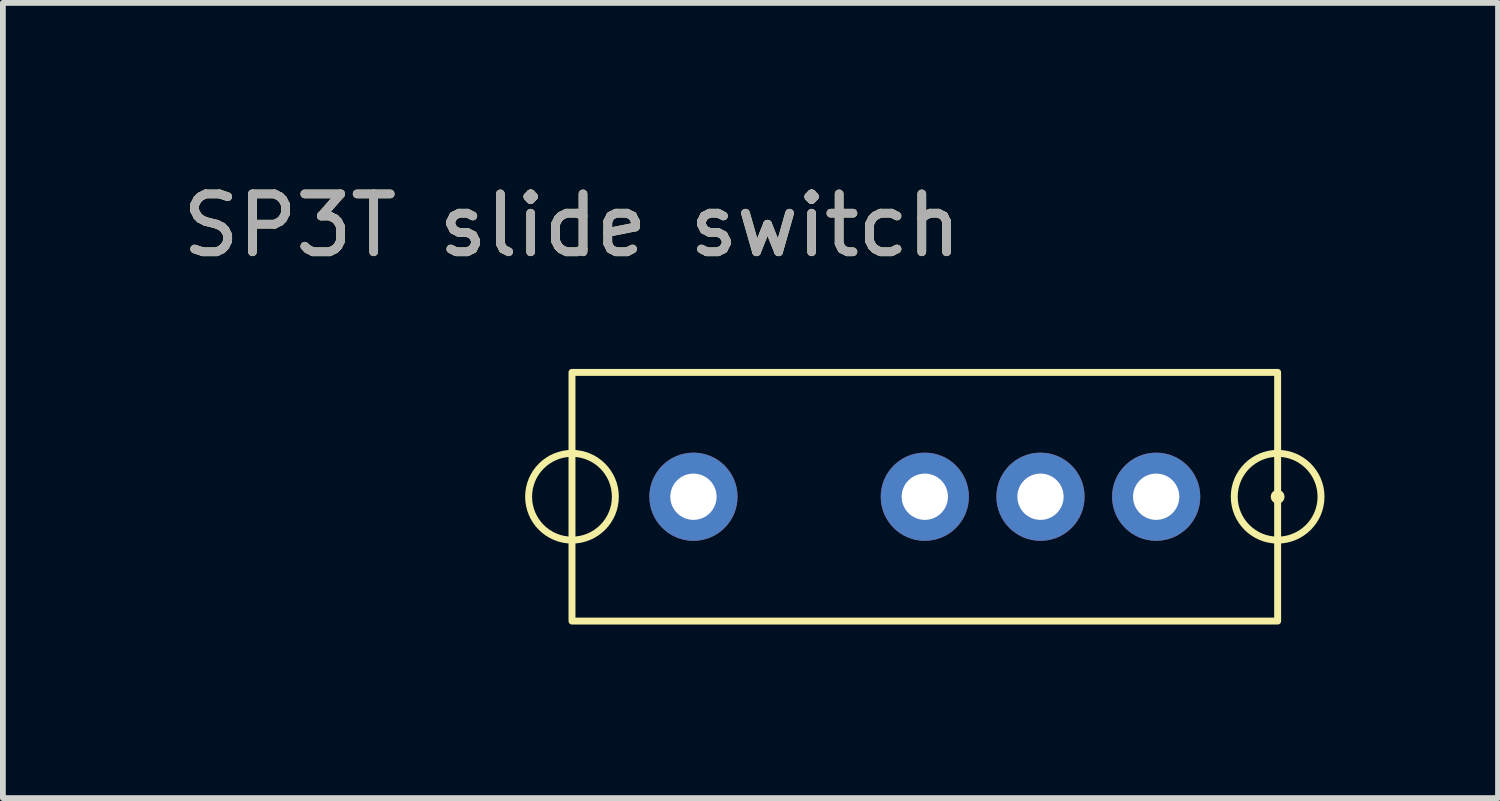
<source format=kicad_pcb>
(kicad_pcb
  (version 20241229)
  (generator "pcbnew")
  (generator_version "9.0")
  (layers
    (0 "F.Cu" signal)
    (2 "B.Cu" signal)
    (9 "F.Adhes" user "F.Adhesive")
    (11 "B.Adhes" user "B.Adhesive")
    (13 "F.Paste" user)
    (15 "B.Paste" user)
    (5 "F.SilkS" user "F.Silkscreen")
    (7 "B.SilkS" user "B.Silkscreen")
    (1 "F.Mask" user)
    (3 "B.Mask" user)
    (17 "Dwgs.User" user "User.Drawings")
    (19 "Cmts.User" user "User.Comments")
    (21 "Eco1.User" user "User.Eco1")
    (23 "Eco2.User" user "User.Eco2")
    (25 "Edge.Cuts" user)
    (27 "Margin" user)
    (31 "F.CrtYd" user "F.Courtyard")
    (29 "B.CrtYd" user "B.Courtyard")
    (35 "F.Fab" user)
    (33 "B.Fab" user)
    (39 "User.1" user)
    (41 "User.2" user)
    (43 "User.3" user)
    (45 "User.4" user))
  (footprint "SP3T slide switch"
    (layer "F.Cu")
    (at 6.839 3.388)
    (property "Reference" "SP3T slide switch" (at 0 -2.54 0) (unlocked yes) (layer "F.SilkS") (effects (font (size 1 1) (thickness 0.15))))
    (attr through_hole)
    (fp_rect (start 0 0) (end 12.2 4.3) (stroke (width 0.12) (type solid)) (fill no) (layer "F.SilkS"))
    (fp_circle (center 0 2.15) (end 0.75 2.15) (stroke (width 0.12) (type solid)) (fill no) (layer "F.SilkS"))
    (fp_circle (center 12.2 2.15) (end 12.2 2.15) (stroke (width 0.12) (type solid)) (fill no) (layer "F.SilkS"))
    (fp_circle (center 12.2 2.15) (end 12.95 2.15) (stroke (width 0.12) (type solid)) (fill no) (layer "F.SilkS"))
    (fp_text user "${REFERENCE}" (at 0 -2.54 0) (unlocked yes) (layer "F.Fab") (effects (font (size 1 1) (thickness 0.15))))
    (pad "1" thru_hole circle (at 2.1 2.15) (size 1.524 1.524) (drill 0.8) (layers "*.Cu" "*.Mask"))
    (pad "2" thru_hole circle (at 6.1 2.15) (size 1.524 1.524) (drill 0.8) (layers "*.Cu" "*.Mask"))
    (pad "3" thru_hole circle (at 8.1 2.15) (size 1.524 1.524) (drill 0.8) (layers "*.Cu" "*.Mask"))
    (pad "4" thru_hole circle (at 10.1 2.15) (size 1.524 1.524) (drill 0.8) (layers "*.Cu" "*.Mask")))
  (gr_rect
    (start -3 -3)
    (end 22.849 10.748)
    (stroke (width 0.1) (type default))
    (fill no)
    (layer "Edge.Cuts")))
</source>
